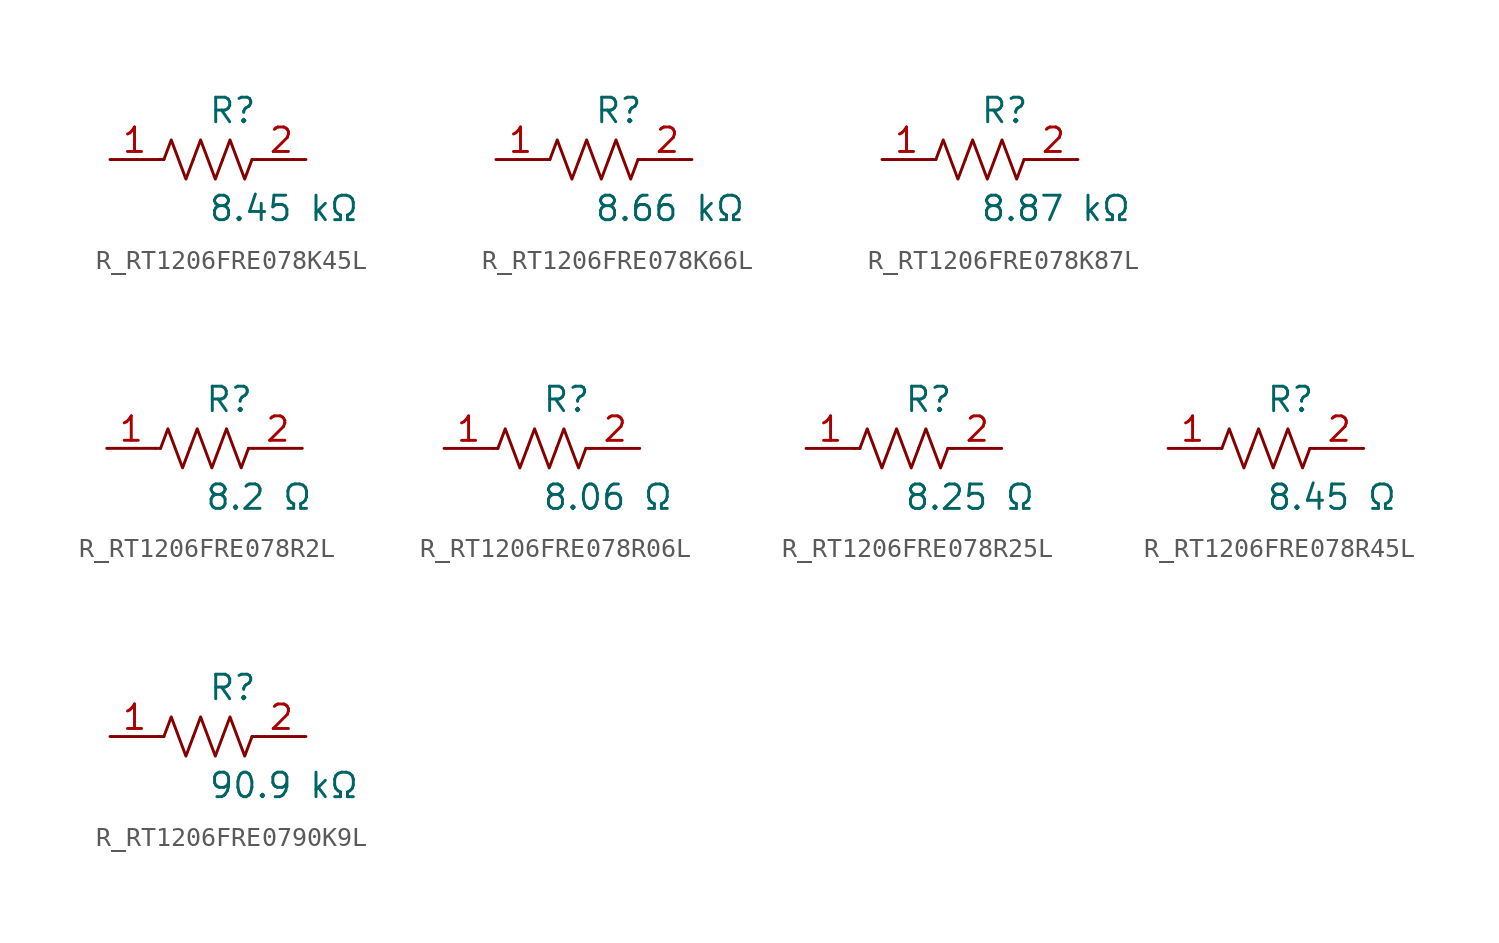
<source format=kicad_sym>
(kicad_symbol_lib
  (version 20231120)
  (generator kicad_symbol_editor)
  (generator_version 8.0)
  (symbol "R_RT1206FRE078K45L"
    (pin_names
      (offset 0.254))
    (property "Reference" "R"
      (at 0 2.54 0)
      (effects (font (size 1.27 1.27)) (justify left)))
    (property "Value" "8.45 kΩ"
      (at 0 -2.54 0)
      (effects (font (size 1.27 1.27)) (justify left)))
    (symbol "R_RT1206FRE078K45L_0_1"
      (polyline (pts (xy 2.286 0) (xy 2.54 0)) (stroke (width 0) (type default)) (fill (type none)))
      (polyline (pts (xy -2.286 0) (xy -2.54 0)) (stroke (width 0) (type default)) (fill (type none)))
      (polyline (pts (xy 0.762 0) (xy 1.143 1.016) (xy 1.524 0) (xy 1.905 -1.016) (xy 2.286 0)) (stroke (width 0) (type default)) (fill (type none)))
      (polyline (pts (xy -0.762 0) (xy -0.381 1.016) (xy 0 0) (xy 0.381 -1.016) (xy 0.762 0)) (stroke (width 0) (type default)) (fill (type none)))
      (polyline (pts (xy -2.286 0) (xy -1.905 1.016) (xy -1.524 0) (xy -1.143 -1.016) (xy -0.762 0)) (stroke (width 0) (type default)) (fill (type none))))
    (pin unspecified line
      (at -5.08 0 0)
      (length 2.54)
      (name "" (effects (font (size 1.27 1.27))))
      (number "1" (effects (font (size 1.27 1.27)))))
    (pin unspecified line
      (at 5.08 0 180)
      (length 2.54)
      (name "" (effects (font (size 1.27 1.27))))
      (number "2" (effects (font (size 1.27 1.27))))))
  (symbol "R_RT1206FRE078K66L"
    (pin_names
      (offset 0.254))
    (property "Reference" "R"
      (at 0 2.54 0)
      (effects (font (size 1.27 1.27)) (justify left)))
    (property "Value" "8.66 kΩ"
      (at 0 -2.54 0)
      (effects (font (size 1.27 1.27)) (justify left)))
    (symbol "R_RT1206FRE078K66L_0_1"
      (polyline (pts (xy 2.286 0) (xy 2.54 0)) (stroke (width 0) (type default)) (fill (type none)))
      (polyline (pts (xy -2.286 0) (xy -2.54 0)) (stroke (width 0) (type default)) (fill (type none)))
      (polyline (pts (xy 0.762 0) (xy 1.143 1.016) (xy 1.524 0) (xy 1.905 -1.016) (xy 2.286 0)) (stroke (width 0) (type default)) (fill (type none)))
      (polyline (pts (xy -0.762 0) (xy -0.381 1.016) (xy 0 0) (xy 0.381 -1.016) (xy 0.762 0)) (stroke (width 0) (type default)) (fill (type none)))
      (polyline (pts (xy -2.286 0) (xy -1.905 1.016) (xy -1.524 0) (xy -1.143 -1.016) (xy -0.762 0)) (stroke (width 0) (type default)) (fill (type none))))
    (pin unspecified line
      (at -5.08 0 0)
      (length 2.54)
      (name "" (effects (font (size 1.27 1.27))))
      (number "1" (effects (font (size 1.27 1.27)))))
    (pin unspecified line
      (at 5.08 0 180)
      (length 2.54)
      (name "" (effects (font (size 1.27 1.27))))
      (number "2" (effects (font (size 1.27 1.27))))))
  (symbol "R_RT1206FRE078K87L"
    (pin_names
      (offset 0.254))
    (property "Reference" "R"
      (at 0 2.54 0)
      (effects (font (size 1.27 1.27)) (justify left)))
    (property "Value" "8.87 kΩ"
      (at 0 -2.54 0)
      (effects (font (size 1.27 1.27)) (justify left)))
    (symbol "R_RT1206FRE078K87L_0_1"
      (polyline (pts (xy 2.286 0) (xy 2.54 0)) (stroke (width 0) (type default)) (fill (type none)))
      (polyline (pts (xy -2.286 0) (xy -2.54 0)) (stroke (width 0) (type default)) (fill (type none)))
      (polyline (pts (xy 0.762 0) (xy 1.143 1.016) (xy 1.524 0) (xy 1.905 -1.016) (xy 2.286 0)) (stroke (width 0) (type default)) (fill (type none)))
      (polyline (pts (xy -0.762 0) (xy -0.381 1.016) (xy 0 0) (xy 0.381 -1.016) (xy 0.762 0)) (stroke (width 0) (type default)) (fill (type none)))
      (polyline (pts (xy -2.286 0) (xy -1.905 1.016) (xy -1.524 0) (xy -1.143 -1.016) (xy -0.762 0)) (stroke (width 0) (type default)) (fill (type none))))
    (pin unspecified line
      (at -5.08 0 0)
      (length 2.54)
      (name "" (effects (font (size 1.27 1.27))))
      (number "1" (effects (font (size 1.27 1.27)))))
    (pin unspecified line
      (at 5.08 0 180)
      (length 2.54)
      (name "" (effects (font (size 1.27 1.27))))
      (number "2" (effects (font (size 1.27 1.27))))))
  (symbol "R_RT1206FRE078R2L"
    (pin_names
      (offset 0.254))
    (property "Reference" "R"
      (at 0 2.54 0)
      (effects (font (size 1.27 1.27)) (justify left)))
    (property "Value" "8.2 Ω"
      (at 0 -2.54 0)
      (effects (font (size 1.27 1.27)) (justify left)))
    (symbol "R_RT1206FRE078R2L_0_1"
      (polyline (pts (xy 2.286 0) (xy 2.54 0)) (stroke (width 0) (type default)) (fill (type none)))
      (polyline (pts (xy -2.286 0) (xy -2.54 0)) (stroke (width 0) (type default)) (fill (type none)))
      (polyline (pts (xy 0.762 0) (xy 1.143 1.016) (xy 1.524 0) (xy 1.905 -1.016) (xy 2.286 0)) (stroke (width 0) (type default)) (fill (type none)))
      (polyline (pts (xy -0.762 0) (xy -0.381 1.016) (xy 0 0) (xy 0.381 -1.016) (xy 0.762 0)) (stroke (width 0) (type default)) (fill (type none)))
      (polyline (pts (xy -2.286 0) (xy -1.905 1.016) (xy -1.524 0) (xy -1.143 -1.016) (xy -0.762 0)) (stroke (width 0) (type default)) (fill (type none))))
    (pin unspecified line
      (at -5.08 0 0)
      (length 2.54)
      (name "" (effects (font (size 1.27 1.27))))
      (number "1" (effects (font (size 1.27 1.27)))))
    (pin unspecified line
      (at 5.08 0 180)
      (length 2.54)
      (name "" (effects (font (size 1.27 1.27))))
      (number "2" (effects (font (size 1.27 1.27))))))
  (symbol "R_RT1206FRE078R06L"
    (pin_names
      (offset 0.254))
    (property "Reference" "R"
      (at 0 2.54 0)
      (effects (font (size 1.27 1.27)) (justify left)))
    (property "Value" "8.06 Ω"
      (at 0 -2.54 0)
      (effects (font (size 1.27 1.27)) (justify left)))
    (symbol "R_RT1206FRE078R06L_0_1"
      (polyline (pts (xy 2.286 0) (xy 2.54 0)) (stroke (width 0) (type default)) (fill (type none)))
      (polyline (pts (xy -2.286 0) (xy -2.54 0)) (stroke (width 0) (type default)) (fill (type none)))
      (polyline (pts (xy 0.762 0) (xy 1.143 1.016) (xy 1.524 0) (xy 1.905 -1.016) (xy 2.286 0)) (stroke (width 0) (type default)) (fill (type none)))
      (polyline (pts (xy -0.762 0) (xy -0.381 1.016) (xy 0 0) (xy 0.381 -1.016) (xy 0.762 0)) (stroke (width 0) (type default)) (fill (type none)))
      (polyline (pts (xy -2.286 0) (xy -1.905 1.016) (xy -1.524 0) (xy -1.143 -1.016) (xy -0.762 0)) (stroke (width 0) (type default)) (fill (type none))))
    (pin unspecified line
      (at -5.08 0 0)
      (length 2.54)
      (name "" (effects (font (size 1.27 1.27))))
      (number "1" (effects (font (size 1.27 1.27)))))
    (pin unspecified line
      (at 5.08 0 180)
      (length 2.54)
      (name "" (effects (font (size 1.27 1.27))))
      (number "2" (effects (font (size 1.27 1.27))))))
  (symbol "R_RT1206FRE078R25L"
    (pin_names
      (offset 0.254))
    (property "Reference" "R"
      (at 0 2.54 0)
      (effects (font (size 1.27 1.27)) (justify left)))
    (property "Value" "8.25 Ω"
      (at 0 -2.54 0)
      (effects (font (size 1.27 1.27)) (justify left)))
    (symbol "R_RT1206FRE078R25L_0_1"
      (polyline (pts (xy 2.286 0) (xy 2.54 0)) (stroke (width 0) (type default)) (fill (type none)))
      (polyline (pts (xy -2.286 0) (xy -2.54 0)) (stroke (width 0) (type default)) (fill (type none)))
      (polyline (pts (xy 0.762 0) (xy 1.143 1.016) (xy 1.524 0) (xy 1.905 -1.016) (xy 2.286 0)) (stroke (width 0) (type default)) (fill (type none)))
      (polyline (pts (xy -0.762 0) (xy -0.381 1.016) (xy 0 0) (xy 0.381 -1.016) (xy 0.762 0)) (stroke (width 0) (type default)) (fill (type none)))
      (polyline (pts (xy -2.286 0) (xy -1.905 1.016) (xy -1.524 0) (xy -1.143 -1.016) (xy -0.762 0)) (stroke (width 0) (type default)) (fill (type none))))
    (pin unspecified line
      (at -5.08 0 0)
      (length 2.54)
      (name "" (effects (font (size 1.27 1.27))))
      (number "1" (effects (font (size 1.27 1.27)))))
    (pin unspecified line
      (at 5.08 0 180)
      (length 2.54)
      (name "" (effects (font (size 1.27 1.27))))
      (number "2" (effects (font (size 1.27 1.27))))))
  (symbol "R_RT1206FRE078R45L"
    (pin_names
      (offset 0.254))
    (property "Reference" "R"
      (at 0 2.54 0)
      (effects (font (size 1.27 1.27)) (justify left)))
    (property "Value" "8.45 Ω"
      (at 0 -2.54 0)
      (effects (font (size 1.27 1.27)) (justify left)))
    (symbol "R_RT1206FRE078R45L_0_1"
      (polyline (pts (xy 2.286 0) (xy 2.54 0)) (stroke (width 0) (type default)) (fill (type none)))
      (polyline (pts (xy -2.286 0) (xy -2.54 0)) (stroke (width 0) (type default)) (fill (type none)))
      (polyline (pts (xy 0.762 0) (xy 1.143 1.016) (xy 1.524 0) (xy 1.905 -1.016) (xy 2.286 0)) (stroke (width 0) (type default)) (fill (type none)))
      (polyline (pts (xy -0.762 0) (xy -0.381 1.016) (xy 0 0) (xy 0.381 -1.016) (xy 0.762 0)) (stroke (width 0) (type default)) (fill (type none)))
      (polyline (pts (xy -2.286 0) (xy -1.905 1.016) (xy -1.524 0) (xy -1.143 -1.016) (xy -0.762 0)) (stroke (width 0) (type default)) (fill (type none))))
    (pin unspecified line
      (at -5.08 0 0)
      (length 2.54)
      (name "" (effects (font (size 1.27 1.27))))
      (number "1" (effects (font (size 1.27 1.27)))))
    (pin unspecified line
      (at 5.08 0 180)
      (length 2.54)
      (name "" (effects (font (size 1.27 1.27))))
      (number "2" (effects (font (size 1.27 1.27))))))
  (symbol "R_RT1206FRE0790K9L"
    (pin_names
      (offset 0.254))
    (property "Reference" "R"
      (at 0 2.54 0)
      (effects (font (size 1.27 1.27)) (justify left)))
    (property "Value" "90.9 kΩ"
      (at 0 -2.54 0)
      (effects (font (size 1.27 1.27)) (justify left)))
    (symbol "R_RT1206FRE0790K9L_0_1"
      (polyline (pts (xy 2.286 0) (xy 2.54 0)) (stroke (width 0) (type default)) (fill (type none)))
      (polyline (pts (xy -2.286 0) (xy -2.54 0)) (stroke (width 0) (type default)) (fill (type none)))
      (polyline (pts (xy 0.762 0) (xy 1.143 1.016) (xy 1.524 0) (xy 1.905 -1.016) (xy 2.286 0)) (stroke (width 0) (type default)) (fill (type none)))
      (polyline (pts (xy -0.762 0) (xy -0.381 1.016) (xy 0 0) (xy 0.381 -1.016) (xy 0.762 0)) (stroke (width 0) (type default)) (fill (type none)))
      (polyline (pts (xy -2.286 0) (xy -1.905 1.016) (xy -1.524 0) (xy -1.143 -1.016) (xy -0.762 0)) (stroke (width 0) (type default)) (fill (type none))))
    (pin unspecified line
      (at -5.08 0 0)
      (length 2.54)
      (name "" (effects (font (size 1.27 1.27))))
      (number "1" (effects (font (size 1.27 1.27)))))
    (pin unspecified line
      (at 5.08 0 180)
      (length 2.54)
      (name "" (effects (font (size 1.27 1.27))))
      (number "2" (effects (font (size 1.27 1.27)))))))
</source>
